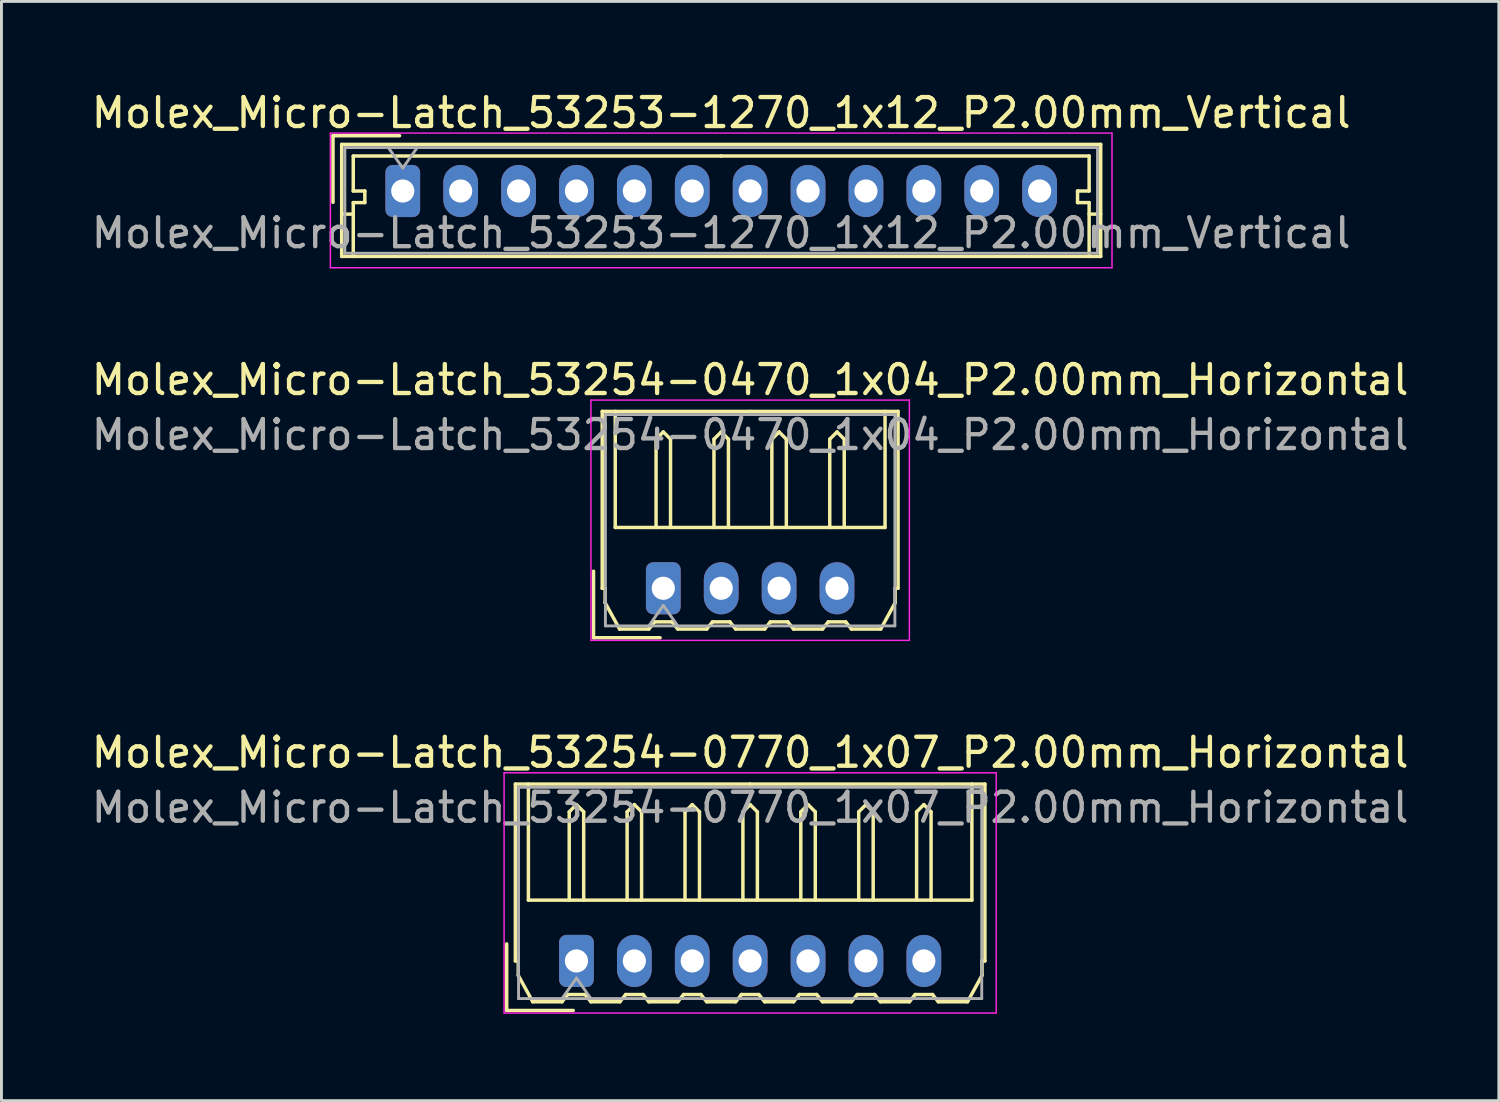
<source format=kicad_pcb>
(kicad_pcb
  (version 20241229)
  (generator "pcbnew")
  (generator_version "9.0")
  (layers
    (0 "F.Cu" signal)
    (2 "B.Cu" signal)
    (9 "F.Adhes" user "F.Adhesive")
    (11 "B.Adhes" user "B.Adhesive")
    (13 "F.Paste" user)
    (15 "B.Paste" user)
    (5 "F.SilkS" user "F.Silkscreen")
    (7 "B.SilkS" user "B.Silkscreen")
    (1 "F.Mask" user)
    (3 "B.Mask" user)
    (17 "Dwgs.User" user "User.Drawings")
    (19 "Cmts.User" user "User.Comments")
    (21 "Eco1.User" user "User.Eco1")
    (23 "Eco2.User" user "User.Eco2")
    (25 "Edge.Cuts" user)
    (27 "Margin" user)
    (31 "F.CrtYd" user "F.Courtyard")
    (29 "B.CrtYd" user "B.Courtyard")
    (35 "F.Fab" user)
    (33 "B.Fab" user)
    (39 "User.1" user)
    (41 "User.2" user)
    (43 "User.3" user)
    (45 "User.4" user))
  (footprint "Molex_Micro-Latch_53254-0470_1x04_P2.00mm_Horizontal"
    (layer "F.Cu")
    (at 19.863 17.271)
    (property "Reference" "Molex_Micro-Latch_53254-0470_1x04_P2.00mm_Horizontal" (at 3 -7.2 0) (layer "F.SilkS") (effects (font (size 1 1) (thickness 0.15))))
    (attr through_hole)
    (fp_line (start -2.41 1.71) (end -2.41 -0.59) (stroke (width 0.12) (type solid)) (layer "F.SilkS"))
    (fp_line (start -2.11 -6.11) (end 3 -6.11) (stroke (width 0.12) (type solid)) (layer "F.SilkS"))
    (fp_line (start -2.11 0) (end -2.11 -6.11) (stroke (width 0.12) (type solid)) (layer "F.SilkS"))
    (fp_line (start -2.01 0) (end -2.11 0) (stroke (width 0.12) (type solid)) (layer "F.SilkS"))
    (fp_line (start -2.01 0.5) (end -2.01 0) (stroke (width 0.12) (type solid)) (layer "F.SilkS"))
    (fp_line (start -1.66 -6.11) (end -1.66 -2.1) (stroke (width 0.12) (type solid)) (layer "F.SilkS"))
    (fp_line (start -1.66 -2.1) (end 7.66 -2.1) (stroke (width 0.12) (type solid)) (layer "F.SilkS"))
    (fp_line (start -1.51 1.41) (end -2.01 0.5) (stroke (width 0.12) (type solid)) (layer "F.SilkS"))
    (fp_line (start -0.5 1.41) (end -1.51 1.41) (stroke (width 0.12) (type solid)) (layer "F.SilkS"))
    (fp_line (start -0.3 1.16) (end -0.5 1.41) (stroke (width 0.12) (type solid)) (layer "F.SilkS"))
    (fp_line (start -0.3 1.16) (end 0.3 1.16) (stroke (width 0.12) (type solid)) (layer "F.SilkS"))
    (fp_line (start -0.25 -5.15) (end 0 -5.4) (stroke (width 0.12) (type solid)) (layer "F.SilkS"))
    (fp_line (start -0.25 -2.1) (end -0.25 -5.15) (stroke (width 0.12) (type solid)) (layer "F.SilkS"))
    (fp_line (start -0.11 1.71) (end -2.41 1.71) (stroke (width 0.12) (type solid)) (layer "F.SilkS"))
    (fp_line (start 0 -5.4) (end 0.25 -5.15) (stroke (width 0.12) (type solid)) (layer "F.SilkS"))
    (fp_line (start 0.25 -5.15) (end 0.25 -2.1) (stroke (width 0.12) (type solid)) (layer "F.SilkS"))
    (fp_line (start 0.3 1.16) (end 0.5 1.41) (stroke (width 0.12) (type solid)) (layer "F.SilkS"))
    (fp_line (start 0.5 1.41) (end 1.5 1.41) (stroke (width 0.12) (type solid)) (layer "F.SilkS"))
    (fp_line (start 1.5 1.41) (end 1.7 1.16) (stroke (width 0.12) (type solid)) (layer "F.SilkS"))
    (fp_line (start 1.7 1.16) (end 2.3 1.16) (stroke (width 0.12) (type solid)) (layer "F.SilkS"))
    (fp_line (start 1.75 -5.15) (end 2 -5.4) (stroke (width 0.12) (type solid)) (layer "F.SilkS"))
    (fp_line (start 1.75 -2.1) (end 1.75 -5.15) (stroke (width 0.12) (type solid)) (layer "F.SilkS"))
    (fp_line (start 2 -5.4) (end 2.25 -5.15) (stroke (width 0.12) (type solid)) (layer "F.SilkS"))
    (fp_line (start 2.25 -5.15) (end 2.25 -2.1) (stroke (width 0.12) (type solid)) (layer "F.SilkS"))
    (fp_line (start 2.3 1.16) (end 2.5 1.41) (stroke (width 0.12) (type solid)) (layer "F.SilkS"))
    (fp_line (start 2.5 1.41) (end 3.5 1.41) (stroke (width 0.12) (type solid)) (layer "F.SilkS"))
    (fp_line (start 3.5 1.41) (end 3.7 1.16) (stroke (width 0.12) (type solid)) (layer "F.SilkS"))
    (fp_line (start 3.7 1.16) (end 4.3 1.16) (stroke (width 0.12) (type solid)) (layer "F.SilkS"))
    (fp_line (start 3.75 -5.15) (end 4 -5.4) (stroke (width 0.12) (type solid)) (layer "F.SilkS"))
    (fp_line (start 3.75 -2.1) (end 3.75 -5.15) (stroke (width 0.12) (type solid)) (layer "F.SilkS"))
    (fp_line (start 4 -5.4) (end 4.25 -5.15) (stroke (width 0.12) (type solid)) (layer "F.SilkS"))
    (fp_line (start 4.25 -5.15) (end 4.25 -2.1) (stroke (width 0.12) (type solid)) (layer "F.SilkS"))
    (fp_line (start 4.3 1.16) (end 4.5 1.41) (stroke (width 0.12) (type solid)) (layer "F.SilkS"))
    (fp_line (start 4.5 1.41) (end 5.5 1.41) (stroke (width 0.12) (type solid)) (layer "F.SilkS"))
    (fp_line (start 5.5 1.41) (end 5.7 1.16) (stroke (width 0.12) (type solid)) (layer "F.SilkS"))
    (fp_line (start 5.7 1.16) (end 6.3 1.16) (stroke (width 0.12) (type solid)) (layer "F.SilkS"))
    (fp_line (start 5.75 -5.15) (end 6 -5.4) (stroke (width 0.12) (type solid)) (layer "F.SilkS"))
    (fp_line (start 5.75 -2.1) (end 5.75 -5.15) (stroke (width 0.12) (type solid)) (layer "F.SilkS"))
    (fp_line (start 6 -5.4) (end 6.25 -5.15) (stroke (width 0.12) (type solid)) (layer "F.SilkS"))
    (fp_line (start 6.25 -5.15) (end 6.25 -2.1) (stroke (width 0.12) (type solid)) (layer "F.SilkS"))
    (fp_line (start 6.3 1.16) (end 6.5 1.41) (stroke (width 0.12) (type solid)) (layer "F.SilkS"))
    (fp_line (start 6.5 1.41) (end 7.51 1.41) (stroke (width 0.12) (type solid)) (layer "F.SilkS"))
    (fp_line (start 7.51 1.41) (end 8.01 0.5) (stroke (width 0.12) (type solid)) (layer "F.SilkS"))
    (fp_line (start 7.66 -2.1) (end 7.66 -6.11) (stroke (width 0.12) (type solid)) (layer "F.SilkS"))
    (fp_line (start 8.01 0) (end 8.11 0) (stroke (width 0.12) (type solid)) (layer "F.SilkS"))
    (fp_line (start 8.01 0.5) (end 8.01 0) (stroke (width 0.12) (type solid)) (layer "F.SilkS"))
    (fp_line (start 8.11 -6.11) (end 3 -6.11) (stroke (width 0.12) (type solid)) (layer "F.SilkS"))
    (fp_line (start 8.11 0) (end 8.11 -6.11) (stroke (width 0.12) (type solid)) (layer "F.SilkS"))
    (fp_line (start -2.5 -6.5) (end -2.5 1.8) (stroke (width 0.05) (type solid)) (layer "F.CrtYd"))
    (fp_line (start -2.5 1.8) (end 8.5 1.8) (stroke (width 0.05) (type solid)) (layer "F.CrtYd"))
    (fp_line (start 8.5 -6.5) (end -2.5 -6.5) (stroke (width 0.05) (type solid)) (layer "F.CrtYd"))
    (fp_line (start 8.5 1.8) (end 8.5 -6.5) (stroke (width 0.05) (type solid)) (layer "F.CrtYd"))
    (fp_line (start -2 -6) (end -2 1.3) (stroke (width 0.1) (type solid)) (layer "F.Fab"))
    (fp_line (start -2 1.3) (end 8 1.3) (stroke (width 0.1) (type solid)) (layer "F.Fab"))
    (fp_line (start -0.5 1.3) (end 0 0.593) (stroke (width 0.1) (type solid)) (layer "F.Fab"))
    (fp_line (start 0 0.593) (end 0.5 1.3) (stroke (width 0.1) (type solid)) (layer "F.Fab"))
    (fp_line (start 8 -6) (end -2 -6) (stroke (width 0.1) (type solid)) (layer "F.Fab"))
    (fp_line (start 8 1.3) (end 8 -6) (stroke (width 0.1) (type solid)) (layer "F.Fab"))
    (fp_text user "${REFERENCE}" (at 3 -5.3 0) (layer "F.Fab") (effects (font (size 1 1) (thickness 0.15))))
    (pad "1" thru_hole roundrect (at 0 0) (size 1.2 1.8) (drill 0.8) (layers "*.Cu" "*.Mask") (roundrect_rratio 0.208))
    (pad "2" thru_hole oval (at 2 0) (size 1.2 1.8) (drill 0.8) (layers "*.Cu" "*.Mask"))
    (pad "3" thru_hole oval (at 4 0) (size 1.2 1.8) (drill 0.8) (layers "*.Cu" "*.Mask"))
    (pad "4" thru_hole oval (at 6 0) (size 1.2 1.8) (drill 0.8) (layers "*.Cu" "*.Mask")))
  (footprint "Molex_Micro-Latch_53253-1270_1x12_P2.00mm_Vertical"
    (layer "F.Cu")
    (at 10.863 3.548)
    (property "Reference" "Molex_Micro-Latch_53253-1270_1x12_P2.00mm_Vertical" (at 11 -2.7 0) (layer "F.SilkS") (effects (font (size 1 1) (thickness 0.15))))
    (attr through_hole)
    (fp_line (start -2.41 -1.91) (end -2.41 0.39) (stroke (width 0.12) (type solid)) (layer "F.SilkS"))
    (fp_line (start -2.11 -1.61) (end -2.11 2.26) (stroke (width 0.12) (type solid)) (layer "F.SilkS"))
    (fp_line (start -2.11 0.8) (end -1.71 0.8) (stroke (width 0.12) (type solid)) (layer "F.SilkS"))
    (fp_line (start -2.11 2.26) (end 24.11 2.26) (stroke (width 0.12) (type solid)) (layer "F.SilkS"))
    (fp_line (start -1.71 -1.21) (end -1.71 0) (stroke (width 0.12) (type solid)) (layer "F.SilkS"))
    (fp_line (start -1.71 0) (end -1.31 0) (stroke (width 0.12) (type solid)) (layer "F.SilkS"))
    (fp_line (start -1.71 0.4) (end -1.71 2.26) (stroke (width 0.12) (type solid)) (layer "F.SilkS"))
    (fp_line (start -1.31 0) (end -1.31 0.4) (stroke (width 0.12) (type solid)) (layer "F.SilkS"))
    (fp_line (start -1.31 0.4) (end -1.71 0.4) (stroke (width 0.12) (type solid)) (layer "F.SilkS"))
    (fp_line (start -0.11 -1.91) (end -2.41 -1.91) (stroke (width 0.12) (type solid)) (layer "F.SilkS"))
    (fp_line (start 11 -1.21) (end -1.71 -1.21) (stroke (width 0.12) (type solid)) (layer "F.SilkS"))
    (fp_line (start 11 -1.21) (end 23.71 -1.21) (stroke (width 0.12) (type solid)) (layer "F.SilkS"))
    (fp_line (start 23.31 0) (end 23.31 0.4) (stroke (width 0.12) (type solid)) (layer "F.SilkS"))
    (fp_line (start 23.31 0.4) (end 23.71 0.4) (stroke (width 0.12) (type solid)) (layer "F.SilkS"))
    (fp_line (start 23.71 -1.21) (end 23.71 0) (stroke (width 0.12) (type solid)) (layer "F.SilkS"))
    (fp_line (start 23.71 0) (end 23.31 0) (stroke (width 0.12) (type solid)) (layer "F.SilkS"))
    (fp_line (start 23.71 0.4) (end 23.71 2.26) (stroke (width 0.12) (type solid)) (layer "F.SilkS"))
    (fp_line (start 24.11 -1.61) (end -2.11 -1.61) (stroke (width 0.12) (type solid)) (layer "F.SilkS"))
    (fp_line (start 24.11 0.8) (end 23.71 0.8) (stroke (width 0.12) (type solid)) (layer "F.SilkS"))
    (fp_line (start 24.11 2.26) (end 24.11 -1.61) (stroke (width 0.12) (type solid)) (layer "F.SilkS"))
    (fp_line (start -2.5 -2) (end -2.5 2.65) (stroke (width 0.05) (type solid)) (layer "F.CrtYd"))
    (fp_line (start -2.5 2.65) (end 24.5 2.65) (stroke (width 0.05) (type solid)) (layer "F.CrtYd"))
    (fp_line (start 24.5 -2) (end -2.5 -2) (stroke (width 0.05) (type solid)) (layer "F.CrtYd"))
    (fp_line (start 24.5 2.65) (end 24.5 -2) (stroke (width 0.05) (type solid)) (layer "F.CrtYd"))
    (fp_line (start -2 -1.5) (end -2 2.15) (stroke (width 0.1) (type solid)) (layer "F.Fab"))
    (fp_line (start -2 2.15) (end 24 2.15) (stroke (width 0.1) (type solid)) (layer "F.Fab"))
    (fp_line (start -0.5 -1.5) (end 0 -0.793) (stroke (width 0.1) (type solid)) (layer "F.Fab"))
    (fp_line (start 0 -0.793) (end 0.5 -1.5) (stroke (width 0.1) (type solid)) (layer "F.Fab"))
    (fp_line (start 24 -1.5) (end -2 -1.5) (stroke (width 0.1) (type solid)) (layer "F.Fab"))
    (fp_line (start 24 2.15) (end 24 -1.5) (stroke (width 0.1) (type solid)) (layer "F.Fab"))
    (fp_text user "${REFERENCE}" (at 11 1.45 0) (layer "F.Fab") (effects (font (size 1 1) (thickness 0.15))))
    (pad "1" thru_hole roundrect (at 0 0) (size 1.2 1.8) (drill 0.8) (layers "*.Cu" "*.Mask") (roundrect_rratio 0.208))
    (pad "2" thru_hole oval (at 2 0) (size 1.2 1.8) (drill 0.8) (layers "*.Cu" "*.Mask"))
    (pad "3" thru_hole oval (at 4 0) (size 1.2 1.8) (drill 0.8) (layers "*.Cu" "*.Mask"))
    (pad "4" thru_hole oval (at 6 0) (size 1.2 1.8) (drill 0.8) (layers "*.Cu" "*.Mask"))
    (pad "5" thru_hole oval (at 8 0) (size 1.2 1.8) (drill 0.8) (layers "*.Cu" "*.Mask"))
    (pad "6" thru_hole oval (at 10 0) (size 1.2 1.8) (drill 0.8) (layers "*.Cu" "*.Mask"))
    (pad "7" thru_hole oval (at 12 0) (size 1.2 1.8) (drill 0.8) (layers "*.Cu" "*.Mask"))
    (pad "8" thru_hole oval (at 14 0) (size 1.2 1.8) (drill 0.8) (layers "*.Cu" "*.Mask"))
    (pad "9" thru_hole oval (at 16 0) (size 1.2 1.8) (drill 0.8) (layers "*.Cu" "*.Mask"))
    (pad "10" thru_hole oval (at 18 0) (size 1.2 1.8) (drill 0.8) (layers "*.Cu" "*.Mask"))
    (pad "11" thru_hole oval (at 20 0) (size 1.2 1.8) (drill 0.8) (layers "*.Cu" "*.Mask"))
    (pad "12" thru_hole oval (at 22 0) (size 1.2 1.8) (drill 0.8) (layers "*.Cu" "*.Mask")))
  (footprint "Molex_Micro-Latch_53254-0770_1x07_P2.00mm_Horizontal"
    (layer "F.Cu")
    (at 16.863 30.145)
    (property "Reference" "Molex_Micro-Latch_53254-0770_1x07_P2.00mm_Horizontal" (at 6 -7.2 0) (layer "F.SilkS") (effects (font (size 1 1) (thickness 0.15))))
    (attr through_hole)
    (fp_line (start -2.41 1.71) (end -2.41 -0.59) (stroke (width 0.12) (type solid)) (layer "F.SilkS"))
    (fp_line (start -2.11 -6.11) (end 6 -6.11) (stroke (width 0.12) (type solid)) (layer "F.SilkS"))
    (fp_line (start -2.11 0) (end -2.11 -6.11) (stroke (width 0.12) (type solid)) (layer "F.SilkS"))
    (fp_line (start -2.01 0) (end -2.11 0) (stroke (width 0.12) (type solid)) (layer "F.SilkS"))
    (fp_line (start -2.01 0.5) (end -2.01 0) (stroke (width 0.12) (type solid)) (layer "F.SilkS"))
    (fp_line (start -1.66 -6.11) (end -1.66 -2.1) (stroke (width 0.12) (type solid)) (layer "F.SilkS"))
    (fp_line (start -1.66 -2.1) (end 13.66 -2.1) (stroke (width 0.12) (type solid)) (layer "F.SilkS"))
    (fp_line (start -1.51 1.41) (end -2.01 0.5) (stroke (width 0.12) (type solid)) (layer "F.SilkS"))
    (fp_line (start -0.5 1.41) (end -1.51 1.41) (stroke (width 0.12) (type solid)) (layer "F.SilkS"))
    (fp_line (start -0.3 1.16) (end -0.5 1.41) (stroke (width 0.12) (type solid)) (layer "F.SilkS"))
    (fp_line (start -0.3 1.16) (end 0.3 1.16) (stroke (width 0.12) (type solid)) (layer "F.SilkS"))
    (fp_line (start -0.25 -5.15) (end 0 -5.4) (stroke (width 0.12) (type solid)) (layer "F.SilkS"))
    (fp_line (start -0.25 -2.1) (end -0.25 -5.15) (stroke (width 0.12) (type solid)) (layer "F.SilkS"))
    (fp_line (start -0.11 1.71) (end -2.41 1.71) (stroke (width 0.12) (type solid)) (layer "F.SilkS"))
    (fp_line (start 0 -5.4) (end 0.25 -5.15) (stroke (width 0.12) (type solid)) (layer "F.SilkS"))
    (fp_line (start 0.25 -5.15) (end 0.25 -2.1) (stroke (width 0.12) (type solid)) (layer "F.SilkS"))
    (fp_line (start 0.3 1.16) (end 0.5 1.41) (stroke (width 0.12) (type solid)) (layer "F.SilkS"))
    (fp_line (start 0.5 1.41) (end 1.5 1.41) (stroke (width 0.12) (type solid)) (layer "F.SilkS"))
    (fp_line (start 1.5 1.41) (end 1.7 1.16) (stroke (width 0.12) (type solid)) (layer "F.SilkS"))
    (fp_line (start 1.7 1.16) (end 2.3 1.16) (stroke (width 0.12) (type solid)) (layer "F.SilkS"))
    (fp_line (start 1.75 -5.15) (end 2 -5.4) (stroke (width 0.12) (type solid)) (layer "F.SilkS"))
    (fp_line (start 1.75 -2.1) (end 1.75 -5.15) (stroke (width 0.12) (type solid)) (layer "F.SilkS"))
    (fp_line (start 2 -5.4) (end 2.25 -5.15) (stroke (width 0.12) (type solid)) (layer "F.SilkS"))
    (fp_line (start 2.25 -5.15) (end 2.25 -2.1) (stroke (width 0.12) (type solid)) (layer "F.SilkS"))
    (fp_line (start 2.3 1.16) (end 2.5 1.41) (stroke (width 0.12) (type solid)) (layer "F.SilkS"))
    (fp_line (start 2.5 1.41) (end 3.5 1.41) (stroke (width 0.12) (type solid)) (layer "F.SilkS"))
    (fp_line (start 3.5 1.41) (end 3.7 1.16) (stroke (width 0.12) (type solid)) (layer "F.SilkS"))
    (fp_line (start 3.7 1.16) (end 4.3 1.16) (stroke (width 0.12) (type solid)) (layer "F.SilkS"))
    (fp_line (start 3.75 -5.15) (end 4 -5.4) (stroke (width 0.12) (type solid)) (layer "F.SilkS"))
    (fp_line (start 3.75 -2.1) (end 3.75 -5.15) (stroke (width 0.12) (type solid)) (layer "F.SilkS"))
    (fp_line (start 4 -5.4) (end 4.25 -5.15) (stroke (width 0.12) (type solid)) (layer "F.SilkS"))
    (fp_line (start 4.25 -5.15) (end 4.25 -2.1) (stroke (width 0.12) (type solid)) (layer "F.SilkS"))
    (fp_line (start 4.3 1.16) (end 4.5 1.41) (stroke (width 0.12) (type solid)) (layer "F.SilkS"))
    (fp_line (start 4.5 1.41) (end 5.5 1.41) (stroke (width 0.12) (type solid)) (layer "F.SilkS"))
    (fp_line (start 5.5 1.41) (end 5.7 1.16) (stroke (width 0.12) (type solid)) (layer "F.SilkS"))
    (fp_line (start 5.7 1.16) (end 6.3 1.16) (stroke (width 0.12) (type solid)) (layer "F.SilkS"))
    (fp_line (start 5.75 -5.15) (end 6 -5.4) (stroke (width 0.12) (type solid)) (layer "F.SilkS"))
    (fp_line (start 5.75 -2.1) (end 5.75 -5.15) (stroke (width 0.12) (type solid)) (layer "F.SilkS"))
    (fp_line (start 6 -5.4) (end 6.25 -5.15) (stroke (width 0.12) (type solid)) (layer "F.SilkS"))
    (fp_line (start 6.25 -5.15) (end 6.25 -2.1) (stroke (width 0.12) (type solid)) (layer "F.SilkS"))
    (fp_line (start 6.3 1.16) (end 6.5 1.41) (stroke (width 0.12) (type solid)) (layer "F.SilkS"))
    (fp_line (start 6.5 1.41) (end 7.5 1.41) (stroke (width 0.12) (type solid)) (layer "F.SilkS"))
    (fp_line (start 7.5 1.41) (end 7.7 1.16) (stroke (width 0.12) (type solid)) (layer "F.SilkS"))
    (fp_line (start 7.7 1.16) (end 8.3 1.16) (stroke (width 0.12) (type solid)) (layer "F.SilkS"))
    (fp_line (start 7.75 -5.15) (end 8 -5.4) (stroke (width 0.12) (type solid)) (layer "F.SilkS"))
    (fp_line (start 7.75 -2.1) (end 7.75 -5.15) (stroke (width 0.12) (type solid)) (layer "F.SilkS"))
    (fp_line (start 8 -5.4) (end 8.25 -5.15) (stroke (width 0.12) (type solid)) (layer "F.SilkS"))
    (fp_line (start 8.25 -5.15) (end 8.25 -2.1) (stroke (width 0.12) (type solid)) (layer "F.SilkS"))
    (fp_line (start 8.3 1.16) (end 8.5 1.41) (stroke (width 0.12) (type solid)) (layer "F.SilkS"))
    (fp_line (start 8.5 1.41) (end 9.5 1.41) (stroke (width 0.12) (type solid)) (layer "F.SilkS"))
    (fp_line (start 9.5 1.41) (end 9.7 1.16) (stroke (width 0.12) (type solid)) (layer "F.SilkS"))
    (fp_line (start 9.7 1.16) (end 10.3 1.16) (stroke (width 0.12) (type solid)) (layer "F.SilkS"))
    (fp_line (start 9.75 -5.15) (end 10 -5.4) (stroke (width 0.12) (type solid)) (layer "F.SilkS"))
    (fp_line (start 9.75 -2.1) (end 9.75 -5.15) (stroke (width 0.12) (type solid)) (layer "F.SilkS"))
    (fp_line (start 10 -5.4) (end 10.25 -5.15) (stroke (width 0.12) (type solid)) (layer "F.SilkS"))
    (fp_line (start 10.25 -5.15) (end 10.25 -2.1) (stroke (width 0.12) (type solid)) (layer "F.SilkS"))
    (fp_line (start 10.3 1.16) (end 10.5 1.41) (stroke (width 0.12) (type solid)) (layer "F.SilkS"))
    (fp_line (start 10.5 1.41) (end 11.5 1.41) (stroke (width 0.12) (type solid)) (layer "F.SilkS"))
    (fp_line (start 11.5 1.41) (end 11.7 1.16) (stroke (width 0.12) (type solid)) (layer "F.SilkS"))
    (fp_line (start 11.7 1.16) (end 12.3 1.16) (stroke (width 0.12) (type solid)) (layer "F.SilkS"))
    (fp_line (start 11.75 -5.15) (end 12 -5.4) (stroke (width 0.12) (type solid)) (layer "F.SilkS"))
    (fp_line (start 11.75 -2.1) (end 11.75 -5.15) (stroke (width 0.12) (type solid)) (layer "F.SilkS"))
    (fp_line (start 12 -5.4) (end 12.25 -5.15) (stroke (width 0.12) (type solid)) (layer "F.SilkS"))
    (fp_line (start 12.25 -5.15) (end 12.25 -2.1) (stroke (width 0.12) (type solid)) (layer "F.SilkS"))
    (fp_line (start 12.3 1.16) (end 12.5 1.41) (stroke (width 0.12) (type solid)) (layer "F.SilkS"))
    (fp_line (start 12.5 1.41) (end 13.51 1.41) (stroke (width 0.12) (type solid)) (layer "F.SilkS"))
    (fp_line (start 13.51 1.41) (end 14.01 0.5) (stroke (width 0.12) (type solid)) (layer "F.SilkS"))
    (fp_line (start 13.66 -2.1) (end 13.66 -6.11) (stroke (width 0.12) (type solid)) (layer "F.SilkS"))
    (fp_line (start 14.01 0) (end 14.11 0) (stroke (width 0.12) (type solid)) (layer "F.SilkS"))
    (fp_line (start 14.01 0.5) (end 14.01 0) (stroke (width 0.12) (type solid)) (layer "F.SilkS"))
    (fp_line (start 14.11 -6.11) (end 6 -6.11) (stroke (width 0.12) (type solid)) (layer "F.SilkS"))
    (fp_line (start 14.11 0) (end 14.11 -6.11) (stroke (width 0.12) (type solid)) (layer "F.SilkS"))
    (fp_line (start -2.5 -6.5) (end -2.5 1.8) (stroke (width 0.05) (type solid)) (layer "F.CrtYd"))
    (fp_line (start -2.5 1.8) (end 14.5 1.8) (stroke (width 0.05) (type solid)) (layer "F.CrtYd"))
    (fp_line (start 14.5 -6.5) (end -2.5 -6.5) (stroke (width 0.05) (type solid)) (layer "F.CrtYd"))
    (fp_line (start 14.5 1.8) (end 14.5 -6.5) (stroke (width 0.05) (type solid)) (layer "F.CrtYd"))
    (fp_line (start -2 -6) (end -2 1.3) (stroke (width 0.1) (type solid)) (layer "F.Fab"))
    (fp_line (start -2 1.3) (end 14 1.3) (stroke (width 0.1) (type solid)) (layer "F.Fab"))
    (fp_line (start -0.5 1.3) (end 0 0.593) (stroke (width 0.1) (type solid)) (layer "F.Fab"))
    (fp_line (start 0 0.593) (end 0.5 1.3) (stroke (width 0.1) (type solid)) (layer "F.Fab"))
    (fp_line (start 14 -6) (end -2 -6) (stroke (width 0.1) (type solid)) (layer "F.Fab"))
    (fp_line (start 14 1.3) (end 14 -6) (stroke (width 0.1) (type solid)) (layer "F.Fab"))
    (fp_text user "${REFERENCE}" (at 6 -5.3 0) (layer "F.Fab") (effects (font (size 1 1) (thickness 0.15))))
    (pad "1" thru_hole roundrect (at 0 0) (size 1.2 1.8) (drill 0.8) (layers "*.Cu" "*.Mask") (roundrect_rratio 0.208))
    (pad "2" thru_hole oval (at 2 0) (size 1.2 1.8) (drill 0.8) (layers "*.Cu" "*.Mask"))
    (pad "3" thru_hole oval (at 4 0) (size 1.2 1.8) (drill 0.8) (layers "*.Cu" "*.Mask"))
    (pad "4" thru_hole oval (at 6 0) (size 1.2 1.8) (drill 0.8) (layers "*.Cu" "*.Mask"))
    (pad "5" thru_hole oval (at 8 0) (size 1.2 1.8) (drill 0.8) (layers "*.Cu" "*.Mask"))
    (pad "6" thru_hole oval (at 10 0) (size 1.2 1.8) (drill 0.8) (layers "*.Cu" "*.Mask"))
    (pad "7" thru_hole oval (at 12 0) (size 1.2 1.8) (drill 0.8) (layers "*.Cu" "*.Mask")))
  (gr_rect
    (start -3 -3)
    (end 48.726 34.97)
    (stroke (width 0.1) (type default))
    (fill no)
    (layer "Edge.Cuts")))
</source>
